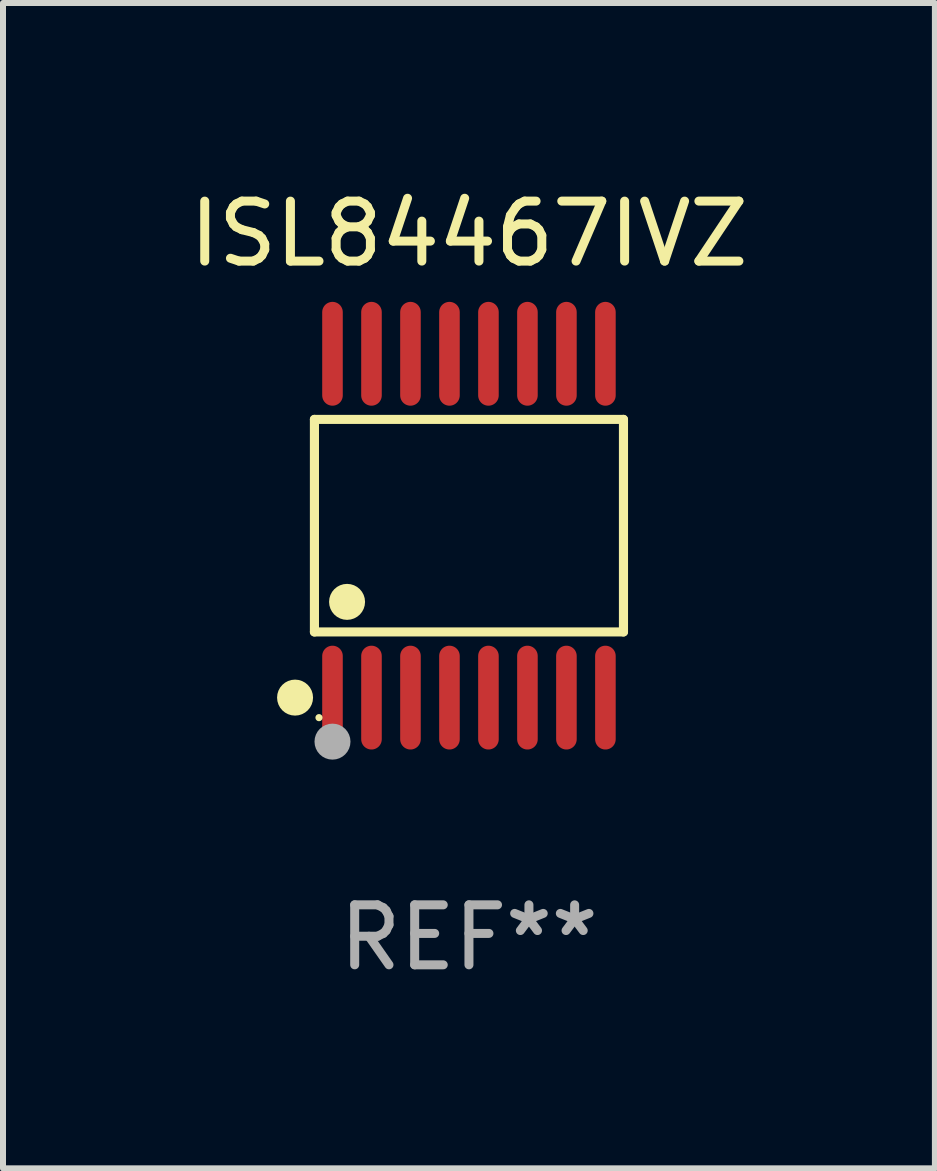
<source format=kicad_pcb>
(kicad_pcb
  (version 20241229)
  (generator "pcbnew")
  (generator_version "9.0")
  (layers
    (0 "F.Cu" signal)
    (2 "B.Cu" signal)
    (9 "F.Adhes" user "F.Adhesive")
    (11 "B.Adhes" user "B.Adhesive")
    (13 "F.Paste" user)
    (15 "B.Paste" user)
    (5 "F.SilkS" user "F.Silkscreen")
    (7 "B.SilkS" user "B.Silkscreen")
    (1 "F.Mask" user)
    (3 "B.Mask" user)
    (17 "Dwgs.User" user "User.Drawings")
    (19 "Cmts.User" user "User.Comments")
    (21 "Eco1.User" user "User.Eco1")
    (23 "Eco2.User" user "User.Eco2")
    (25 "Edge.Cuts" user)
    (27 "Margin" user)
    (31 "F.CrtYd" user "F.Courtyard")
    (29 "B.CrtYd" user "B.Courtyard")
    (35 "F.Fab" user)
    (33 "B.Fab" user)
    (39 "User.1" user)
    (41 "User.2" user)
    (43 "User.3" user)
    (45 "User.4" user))
  (footprint "ISL84467IVZ"
    (layer "F.Cu")
    (at 4.768 5.714)
    (property "Reference" "ISL84467IVZ" (at 0 -4.866 0) (layer "F.SilkS") (effects (font (size 1 1) (thickness 0.15))))
    (attr through_hole)
    (fp_line (start -2.576 -1.772) (end 2.576 -1.772) (stroke (width 0.152) (type solid)) (layer "F.SilkS"))
    (fp_line (start -2.576 1.771) (end -2.576 -1.772) (stroke (width 0.152) (type solid)) (layer "F.SilkS"))
    (fp_line (start 2.576 -1.772) (end 2.576 1.771) (stroke (width 0.152) (type solid)) (layer "F.SilkS"))
    (fp_line (start 2.576 1.771) (end -2.576 1.771) (stroke (width 0.152) (type solid)) (layer "F.SilkS"))
    (fp_circle (center -2.899 2.866) (end -2.749 2.866) (stroke (width 0.3) (type solid)) (fill no) (layer "F.SilkS"))
    (fp_circle (center -2.5 3.2) (end -2.47 3.2) (stroke (width 0.06) (type solid)) (fill no) (layer "F.SilkS"))
    (fp_circle (center -2.032 1.27) (end -1.882 1.27) (stroke (width 0.3) (type solid)) (fill no) (layer "F.SilkS"))
    (fp_circle (center -2.275 3.6) (end -2.125 3.6) (stroke (width 0.3) (type solid)) (fill no) (layer "F.Fab"))
    (fp_text user "REF**" (at 0 6.866 0) (layer "F.Fab") (effects (font (size 1 1) (thickness 0.15))))
    (pad "1" smd oval (at -2.275 2.866) (size 0.343 1.731) (layers "F.Cu" "F.Mask" "F.Paste"))
    (pad "2" smd oval (at -1.625 2.866) (size 0.343 1.731) (layers "F.Cu" "F.Mask" "F.Paste"))
    (pad "3" smd oval (at -0.975 2.866) (size 0.343 1.731) (layers "F.Cu" "F.Mask" "F.Paste"))
    (pad "4" smd oval (at -0.325 2.866) (size 0.343 1.731) (layers "F.Cu" "F.Mask" "F.Paste"))
    (pad "5" smd oval (at 0.325 2.866) (size 0.343 1.731) (layers "F.Cu" "F.Mask" "F.Paste"))
    (pad "6" smd oval (at 0.975 2.866) (size 0.343 1.731) (layers "F.Cu" "F.Mask" "F.Paste"))
    (pad "7" smd oval (at 1.625 2.866) (size 0.343 1.731) (layers "F.Cu" "F.Mask" "F.Paste"))
    (pad "8" smd oval (at 2.275 2.866) (size 0.343 1.731) (layers "F.Cu" "F.Mask" "F.Paste"))
    (pad "9" smd oval (at 2.275 -2.866) (size 0.343 1.731) (layers "F.Cu" "F.Mask" "F.Paste"))
    (pad "10" smd oval (at 1.625 -2.866) (size 0.343 1.731) (layers "F.Cu" "F.Mask" "F.Paste"))
    (pad "11" smd oval (at 0.975 -2.866) (size 0.343 1.731) (layers "F.Cu" "F.Mask" "F.Paste"))
    (pad "12" smd oval (at 0.325 -2.866) (size 0.343 1.731) (layers "F.Cu" "F.Mask" "F.Paste"))
    (pad "13" smd oval (at -0.325 -2.866) (size 0.343 1.731) (layers "F.Cu" "F.Mask" "F.Paste"))
    (pad "14" smd oval (at -0.975 -2.866) (size 0.343 1.731) (layers "F.Cu" "F.Mask" "F.Paste"))
    (pad "15" smd oval (at -1.625 -2.866) (size 0.343 1.731) (layers "F.Cu" "F.Mask" "F.Paste"))
    (pad "16" smd oval (at -2.275 -2.866) (size 0.343 1.731) (layers "F.Cu" "F.Mask" "F.Paste")))
  (gr_rect
    (start -3 -3)
    (end 12.536 16.428)
    (stroke (width 0.1) (type default))
    (fill no)
    (layer "Edge.Cuts")))
</source>
